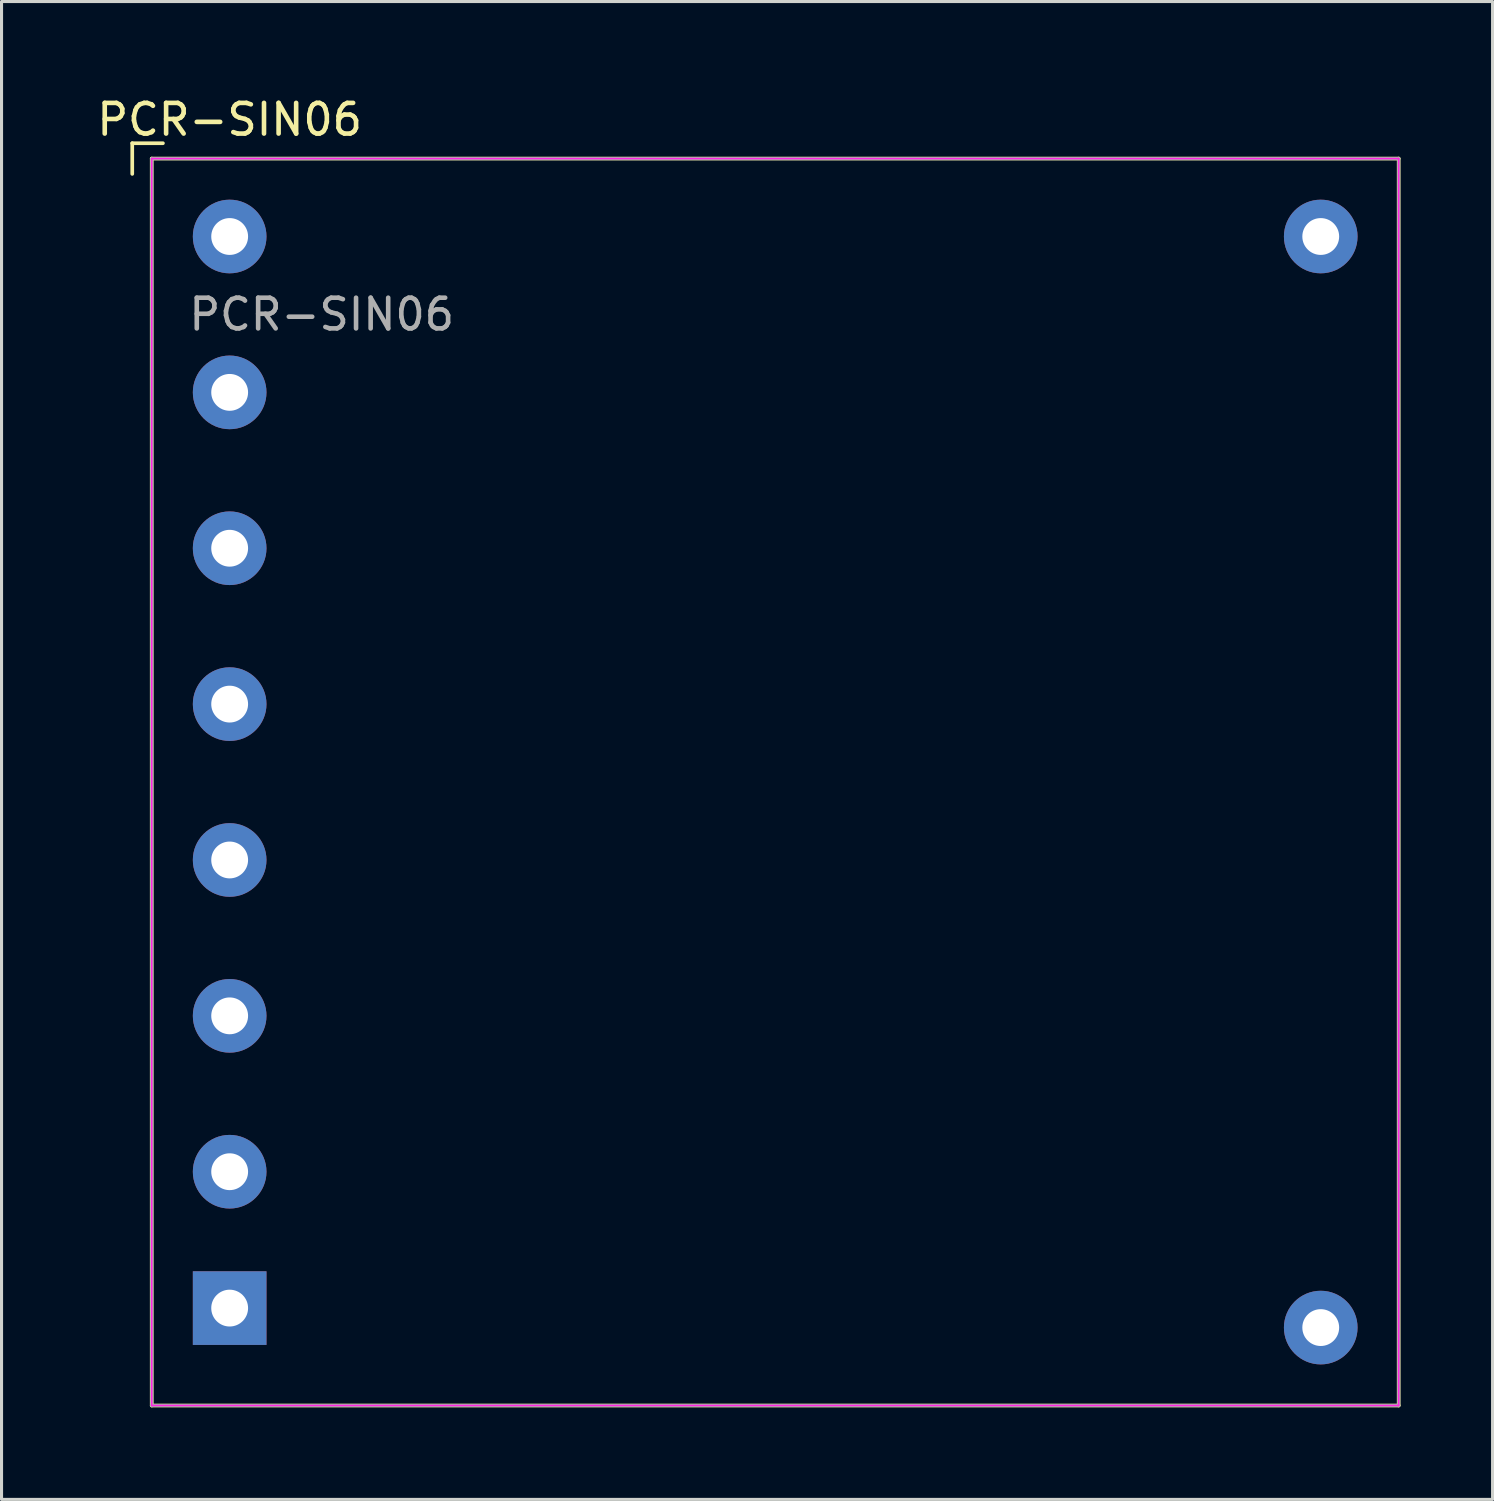
<source format=kicad_pcb>
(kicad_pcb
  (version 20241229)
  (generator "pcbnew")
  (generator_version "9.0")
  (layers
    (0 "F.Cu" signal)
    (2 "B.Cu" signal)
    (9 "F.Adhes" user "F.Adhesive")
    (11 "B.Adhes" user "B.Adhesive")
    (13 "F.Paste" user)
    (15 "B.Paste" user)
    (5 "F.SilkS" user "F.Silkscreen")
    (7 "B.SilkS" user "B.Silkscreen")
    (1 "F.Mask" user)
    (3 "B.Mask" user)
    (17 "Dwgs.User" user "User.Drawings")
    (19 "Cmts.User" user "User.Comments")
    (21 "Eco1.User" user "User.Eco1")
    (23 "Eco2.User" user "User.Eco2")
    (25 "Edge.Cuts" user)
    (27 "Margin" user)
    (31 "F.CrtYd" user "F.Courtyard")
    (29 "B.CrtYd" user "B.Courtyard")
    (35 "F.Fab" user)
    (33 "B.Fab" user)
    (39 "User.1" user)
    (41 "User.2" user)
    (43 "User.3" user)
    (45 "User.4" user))
  (footprint "PCR-SIN06"
    (layer "F.Cu")
    (at 4.435 4.658)
    (property "Reference" "PCR-SIN06" (at 0 -3.81 0) (layer "F.SilkS") (effects (font (size 1 1) (thickness 0.15))))
    (attr through_hole)
    (fp_line (start -3.175 -3.04) (end -2.175 -3.04) (stroke (width 0.12) (type solid)) (layer "F.SilkS"))
    (fp_line (start -3.175 -2.04) (end -3.175 -3.04) (stroke (width 0.12) (type solid)) (layer "F.SilkS"))
    (fp_line (start -2.54 -2.54) (end 38.1 -2.54) (stroke (width 0.12) (type solid)) (layer "F.SilkS"))
    (fp_line (start -2.54 38.1) (end -2.54 -2.54) (stroke (width 0.12) (type solid)) (layer "F.SilkS"))
    (fp_line (start -2.54 38.1) (end 38.1 38.1) (stroke (width 0.12) (type solid)) (layer "F.SilkS"))
    (fp_line (start 38.1 -2.54) (end 38.1 38.1) (stroke (width 0.12) (type solid)) (layer "F.SilkS"))
    (fp_line (start -2.54 -2.54) (end -2.54 38.1) (stroke (width 0.05) (type solid)) (layer "F.CrtYd"))
    (fp_line (start 38.1 -2.54) (end -2.54 -2.54) (stroke (width 0.05) (type solid)) (layer "F.CrtYd"))
    (fp_line (start 38.1 38.1) (end -2.54 38.1) (stroke (width 0.05) (type solid)) (layer "F.CrtYd"))
    (fp_line (start 38.1 38.1) (end 38.1 -2.54) (stroke (width 0.05) (type solid)) (layer "F.CrtYd"))
    (fp_line (start -2.54 -2.54) (end -2.54 38.1) (stroke (width 0.1) (type solid)) (layer "F.Fab"))
    (fp_line (start 38.1 -2.54) (end -2.54 -2.54) (stroke (width 0.1) (type solid)) (layer "F.Fab"))
    (fp_line (start 38.1 38.1) (end -2.54 38.1) (stroke (width 0.1) (type solid)) (layer "F.Fab"))
    (fp_line (start 38.1 38.1) (end 38.1 -2.54) (stroke (width 0.1) (type solid)) (layer "F.Fab"))
    (fp_text user "${REFERENCE}" (at 3 2.54 0) (layer "F.Fab") (effects (font (size 1 1) (thickness 0.15))))
    (pad "1" thru_hole rect (at 0 34.925) (size 2.4 2.4) (drill 1.2) (layers "*.Cu" "*.Mask"))
    (pad "2" thru_hole circle (at 0 30.48) (size 2.4 2.4) (drill 1.2) (layers "*.Cu" "*.Mask"))
    (pad "3" thru_hole circle (at 0 25.4) (size 2.4 2.4) (drill 1.2) (layers "*.Cu" "*.Mask"))
    (pad "4" thru_hole circle (at 0 20.32) (size 2.4 2.4) (drill 1.2) (layers "*.Cu" "*.Mask"))
    (pad "5" thru_hole circle (at 0 15.24) (size 2.4 2.4) (drill 1.2) (layers "*.Cu" "*.Mask"))
    (pad "6" thru_hole circle (at 0 10.16) (size 2.4 2.4) (drill 1.2) (layers "*.Cu" "*.Mask"))
    (pad "7" thru_hole circle (at 0 5.08) (size 2.4 2.4) (drill 1.2) (layers "*.Cu" "*.Mask"))
    (pad "8" thru_hole circle (at 0 0) (size 2.4 2.4) (drill 1.2) (layers "*.Cu" "*.Mask"))
    (pad "9" thru_hole circle (at 35.56 0) (size 2.4 2.4) (drill 1.2) (layers "*.Cu" "*.Mask"))
    (pad "16" thru_hole circle (at 35.56 35.56) (size 2.4 2.4) (drill 1.2) (layers "*.Cu" "*.Mask")))
  (gr_rect
    (start -3 -3)
    (end 45.595 45.818)
    (stroke (width 0.1) (type default))
    (fill no)
    (layer "Edge.Cuts")))
</source>
